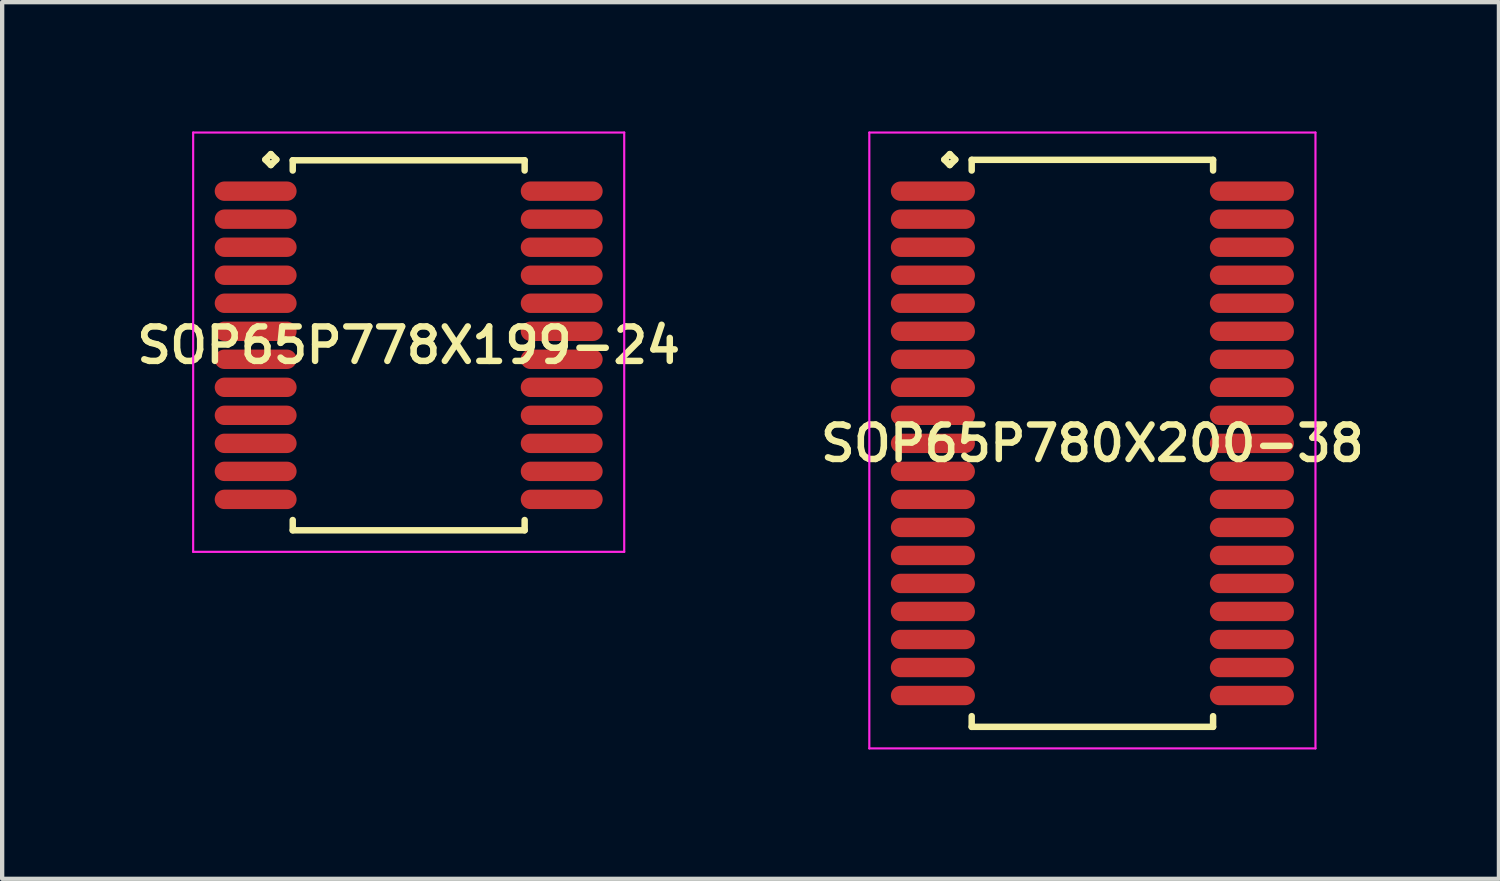
<source format=kicad_pcb>
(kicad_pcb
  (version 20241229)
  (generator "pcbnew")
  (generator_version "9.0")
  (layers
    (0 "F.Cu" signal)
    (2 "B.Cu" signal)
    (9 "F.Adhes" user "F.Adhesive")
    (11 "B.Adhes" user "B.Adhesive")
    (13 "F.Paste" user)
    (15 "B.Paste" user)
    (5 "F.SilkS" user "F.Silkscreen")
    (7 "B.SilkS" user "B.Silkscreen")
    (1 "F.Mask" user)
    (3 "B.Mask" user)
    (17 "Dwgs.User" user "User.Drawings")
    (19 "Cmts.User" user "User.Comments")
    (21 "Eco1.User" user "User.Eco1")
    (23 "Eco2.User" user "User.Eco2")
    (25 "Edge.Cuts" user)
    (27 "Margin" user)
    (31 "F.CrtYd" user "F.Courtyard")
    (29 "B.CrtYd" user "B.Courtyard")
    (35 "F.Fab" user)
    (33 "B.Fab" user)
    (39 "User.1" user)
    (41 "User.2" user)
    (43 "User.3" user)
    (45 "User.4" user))
  (footprint "SOP65P778X199-24"
    (layer "F.Cu")
    (at 6.431 4.96)
    (property "Reference" "SOP65P778X199-24" (at 0 0 0) (layer "F.SilkS") (effects (font (size 0.8 0.8) (thickness 0.15))))
    (attr smd)
    (fp_line (start -3.325 -4.308) (end -3.198 -4.435) (stroke (width 0.15) (type solid)) (layer "F.SilkS"))
    (fp_line (start -3.198 -4.435) (end -3.071 -4.308) (stroke (width 0.15) (type solid)) (layer "F.SilkS"))
    (fp_line (start -3.198 -4.181) (end -3.325 -4.308) (stroke (width 0.15) (type solid)) (layer "F.SilkS"))
    (fp_line (start -3.071 -4.308) (end -3.198 -4.181) (stroke (width 0.15) (type solid)) (layer "F.SilkS"))
    (fp_line (start -2.69 -4.292) (end 2.69 -4.292) (stroke (width 0.15) (type solid)) (layer "F.SilkS"))
    (fp_line (start -2.69 -4.054) (end -2.69 -4.292) (stroke (width 0.15) (type solid)) (layer "F.SilkS"))
    (fp_line (start -2.69 4.054) (end -2.69 4.292) (stroke (width 0.15) (type solid)) (layer "F.SilkS"))
    (fp_line (start -2.69 4.292) (end 2.69 4.292) (stroke (width 0.15) (type solid)) (layer "F.SilkS"))
    (fp_line (start 2.69 -4.292) (end 2.69 -4.054) (stroke (width 0.15) (type solid)) (layer "F.SilkS"))
    (fp_line (start 2.69 4.292) (end 2.69 4.054) (stroke (width 0.15) (type solid)) (layer "F.SilkS"))
    (fp_line (start -5 -4.935) (end 5 -4.935) (stroke (width 0.05) (type solid)) (layer "F.CrtYd"))
    (fp_line (start -5 4.792) (end -5 -4.935) (stroke (width 0.05) (type solid)) (layer "F.CrtYd"))
    (fp_line (start 5 -4.935) (end 5 4.792) (stroke (width 0.05) (type solid)) (layer "F.CrtYd"))
    (fp_line (start 5 4.792) (end -5 4.792) (stroke (width 0.05) (type solid)) (layer "F.CrtYd"))
    (pad "1" smd oval (at -3.55 -3.575) (size 1.9 0.45) (layers "F.Cu" "F.Mask" "F.Paste"))
    (pad "2" smd oval (at -3.55 -2.925) (size 1.9 0.45) (layers "F.Cu" "F.Mask" "F.Paste"))
    (pad "3" smd oval (at -3.55 -2.275) (size 1.9 0.45) (layers "F.Cu" "F.Mask" "F.Paste"))
    (pad "4" smd oval (at -3.55 -1.625) (size 1.9 0.45) (layers "F.Cu" "F.Mask" "F.Paste"))
    (pad "5" smd oval (at -3.55 -0.975) (size 1.9 0.45) (layers "F.Cu" "F.Mask" "F.Paste"))
    (pad "6" smd oval (at -3.55 -0.325) (size 1.9 0.45) (layers "F.Cu" "F.Mask" "F.Paste"))
    (pad "7" smd oval (at -3.55 0.325) (size 1.9 0.45) (layers "F.Cu" "F.Mask" "F.Paste"))
    (pad "8" smd oval (at -3.55 0.975) (size 1.9 0.45) (layers "F.Cu" "F.Mask" "F.Paste"))
    (pad "9" smd oval (at -3.55 1.625) (size 1.9 0.45) (layers "F.Cu" "F.Mask" "F.Paste"))
    (pad "10" smd oval (at -3.55 2.275) (size 1.9 0.45) (layers "F.Cu" "F.Mask" "F.Paste"))
    (pad "11" smd oval (at -3.55 2.925) (size 1.9 0.45) (layers "F.Cu" "F.Mask" "F.Paste"))
    (pad "12" smd oval (at -3.55 3.575) (size 1.9 0.45) (layers "F.Cu" "F.Mask" "F.Paste"))
    (pad "13" smd oval (at 3.55 3.575) (size 1.9 0.45) (layers "F.Cu" "F.Mask" "F.Paste"))
    (pad "14" smd oval (at 3.55 2.925) (size 1.9 0.45) (layers "F.Cu" "F.Mask" "F.Paste"))
    (pad "15" smd oval (at 3.55 2.275) (size 1.9 0.45) (layers "F.Cu" "F.Mask" "F.Paste"))
    (pad "16" smd oval (at 3.55 1.625) (size 1.9 0.45) (layers "F.Cu" "F.Mask" "F.Paste"))
    (pad "17" smd oval (at 3.55 0.975) (size 1.9 0.45) (layers "F.Cu" "F.Mask" "F.Paste"))
    (pad "18" smd oval (at 3.55 0.325) (size 1.9 0.45) (layers "F.Cu" "F.Mask" "F.Paste"))
    (pad "19" smd oval (at 3.55 -0.325) (size 1.9 0.45) (layers "F.Cu" "F.Mask" "F.Paste"))
    (pad "20" smd oval (at 3.55 -0.975) (size 1.9 0.45) (layers "F.Cu" "F.Mask" "F.Paste"))
    (pad "21" smd oval (at 3.55 -1.625) (size 1.9 0.45) (layers "F.Cu" "F.Mask" "F.Paste"))
    (pad "22" smd oval (at 3.55 -2.275) (size 1.9 0.45) (layers "F.Cu" "F.Mask" "F.Paste"))
    (pad "23" smd oval (at 3.55 -2.925) (size 1.9 0.45) (layers "F.Cu" "F.Mask" "F.Paste"))
    (pad "24" smd oval (at 3.55 -3.575) (size 1.9 0.45) (layers "F.Cu" "F.Mask" "F.Paste")))
  (footprint "SOP65P780X200-38"
    (layer "F.Cu")
    (at 22.292 7.235)
    (property "Reference" "SOP65P780X200-38" (at 0 0 0) (layer "F.SilkS") (effects (font (size 0.8 0.8) (thickness 0.15))))
    (attr smd)
    (fp_line (start -3.435 -6.583) (end -3.308 -6.71) (stroke (width 0.15) (type solid)) (layer "F.SilkS"))
    (fp_line (start -3.308 -6.71) (end -3.181 -6.583) (stroke (width 0.15) (type solid)) (layer "F.SilkS"))
    (fp_line (start -3.308 -6.456) (end -3.435 -6.583) (stroke (width 0.15) (type solid)) (layer "F.SilkS"))
    (fp_line (start -3.181 -6.583) (end -3.308 -6.456) (stroke (width 0.15) (type solid)) (layer "F.SilkS"))
    (fp_line (start -2.8 -6.577) (end 2.8 -6.577) (stroke (width 0.15) (type solid)) (layer "F.SilkS"))
    (fp_line (start -2.8 -6.329) (end -2.8 -6.577) (stroke (width 0.15) (type solid)) (layer "F.SilkS"))
    (fp_line (start -2.8 6.329) (end -2.8 6.577) (stroke (width 0.15) (type solid)) (layer "F.SilkS"))
    (fp_line (start -2.8 6.577) (end 2.8 6.577) (stroke (width 0.15) (type solid)) (layer "F.SilkS"))
    (fp_line (start 2.8 -6.577) (end 2.8 -6.329) (stroke (width 0.15) (type solid)) (layer "F.SilkS"))
    (fp_line (start 2.8 6.577) (end 2.8 6.329) (stroke (width 0.15) (type solid)) (layer "F.SilkS"))
    (fp_line (start -5.175 -7.21) (end 5.175 -7.21) (stroke (width 0.05) (type solid)) (layer "F.CrtYd"))
    (fp_line (start -5.175 7.077) (end -5.175 -7.21) (stroke (width 0.05) (type solid)) (layer "F.CrtYd"))
    (fp_line (start 5.175 -7.21) (end 5.175 7.077) (stroke (width 0.05) (type solid)) (layer "F.CrtYd"))
    (fp_line (start 5.175 7.077) (end -5.175 7.077) (stroke (width 0.05) (type solid)) (layer "F.CrtYd"))
    (pad "1" smd oval (at -3.7 -5.85) (size 1.95 0.45) (layers "F.Cu" "F.Mask" "F.Paste"))
    (pad "2" smd oval (at -3.7 -5.2) (size 1.95 0.45) (layers "F.Cu" "F.Mask" "F.Paste"))
    (pad "3" smd oval (at -3.7 -4.55) (size 1.95 0.45) (layers "F.Cu" "F.Mask" "F.Paste"))
    (pad "4" smd oval (at -3.7 -3.9) (size 1.95 0.45) (layers "F.Cu" "F.Mask" "F.Paste"))
    (pad "5" smd oval (at -3.7 -3.25) (size 1.95 0.45) (layers "F.Cu" "F.Mask" "F.Paste"))
    (pad "6" smd oval (at -3.7 -2.6) (size 1.95 0.45) (layers "F.Cu" "F.Mask" "F.Paste"))
    (pad "7" smd oval (at -3.7 -1.95) (size 1.95 0.45) (layers "F.Cu" "F.Mask" "F.Paste"))
    (pad "8" smd oval (at -3.7 -1.3) (size 1.95 0.45) (layers "F.Cu" "F.Mask" "F.Paste"))
    (pad "9" smd oval (at -3.7 -0.65) (size 1.95 0.45) (layers "F.Cu" "F.Mask" "F.Paste"))
    (pad "10" smd oval (at -3.7 0) (size 1.95 0.45) (layers "F.Cu" "F.Mask" "F.Paste"))
    (pad "11" smd oval (at -3.7 0.65) (size 1.95 0.45) (layers "F.Cu" "F.Mask" "F.Paste"))
    (pad "12" smd oval (at -3.7 1.3) (size 1.95 0.45) (layers "F.Cu" "F.Mask" "F.Paste"))
    (pad "13" smd oval (at -3.7 1.95) (size 1.95 0.45) (layers "F.Cu" "F.Mask" "F.Paste"))
    (pad "14" smd oval (at -3.7 2.6) (size 1.95 0.45) (layers "F.Cu" "F.Mask" "F.Paste"))
    (pad "15" smd oval (at -3.7 3.25) (size 1.95 0.45) (layers "F.Cu" "F.Mask" "F.Paste"))
    (pad "16" smd oval (at -3.7 3.9) (size 1.95 0.45) (layers "F.Cu" "F.Mask" "F.Paste"))
    (pad "17" smd oval (at -3.7 4.55) (size 1.95 0.45) (layers "F.Cu" "F.Mask" "F.Paste"))
    (pad "18" smd oval (at -3.7 5.2) (size 1.95 0.45) (layers "F.Cu" "F.Mask" "F.Paste"))
    (pad "19" smd oval (at -3.7 5.85) (size 1.95 0.45) (layers "F.Cu" "F.Mask" "F.Paste"))
    (pad "20" smd oval (at 3.7 5.85) (size 1.95 0.45) (layers "F.Cu" "F.Mask" "F.Paste"))
    (pad "21" smd oval (at 3.7 5.2) (size 1.95 0.45) (layers "F.Cu" "F.Mask" "F.Paste"))
    (pad "22" smd oval (at 3.7 4.55) (size 1.95 0.45) (layers "F.Cu" "F.Mask" "F.Paste"))
    (pad "23" smd oval (at 3.7 3.9) (size 1.95 0.45) (layers "F.Cu" "F.Mask" "F.Paste"))
    (pad "24" smd oval (at 3.7 3.25) (size 1.95 0.45) (layers "F.Cu" "F.Mask" "F.Paste"))
    (pad "25" smd oval (at 3.7 2.6) (size 1.95 0.45) (layers "F.Cu" "F.Mask" "F.Paste"))
    (pad "26" smd oval (at 3.7 1.95) (size 1.95 0.45) (layers "F.Cu" "F.Mask" "F.Paste"))
    (pad "27" smd oval (at 3.7 1.3) (size 1.95 0.45) (layers "F.Cu" "F.Mask" "F.Paste"))
    (pad "28" smd oval (at 3.7 0.65) (size 1.95 0.45) (layers "F.Cu" "F.Mask" "F.Paste"))
    (pad "29" smd oval (at 3.7 0) (size 1.95 0.45) (layers "F.Cu" "F.Mask" "F.Paste"))
    (pad "30" smd oval (at 3.7 -0.65) (size 1.95 0.45) (layers "F.Cu" "F.Mask" "F.Paste"))
    (pad "31" smd oval (at 3.7 -1.3) (size 1.95 0.45) (layers "F.Cu" "F.Mask" "F.Paste"))
    (pad "32" smd oval (at 3.7 -1.95) (size 1.95 0.45) (layers "F.Cu" "F.Mask" "F.Paste"))
    (pad "33" smd oval (at 3.7 -2.6) (size 1.95 0.45) (layers "F.Cu" "F.Mask" "F.Paste"))
    (pad "34" smd oval (at 3.7 -3.25) (size 1.95 0.45) (layers "F.Cu" "F.Mask" "F.Paste"))
    (pad "35" smd oval (at 3.7 -3.9) (size 1.95 0.45) (layers "F.Cu" "F.Mask" "F.Paste"))
    (pad "36" smd oval (at 3.7 -4.55) (size 1.95 0.45) (layers "F.Cu" "F.Mask" "F.Paste"))
    (pad "37" smd oval (at 3.7 -5.2) (size 1.95 0.45) (layers "F.Cu" "F.Mask" "F.Paste"))
    (pad "38" smd oval (at 3.7 -5.85) (size 1.95 0.45) (layers "F.Cu" "F.Mask" "F.Paste")))
  (gr_rect
    (start -3 -3)
    (end 31.723 17.337)
    (stroke (width 0.1) (type default))
    (fill no)
    (layer "Edge.Cuts")))
</source>
